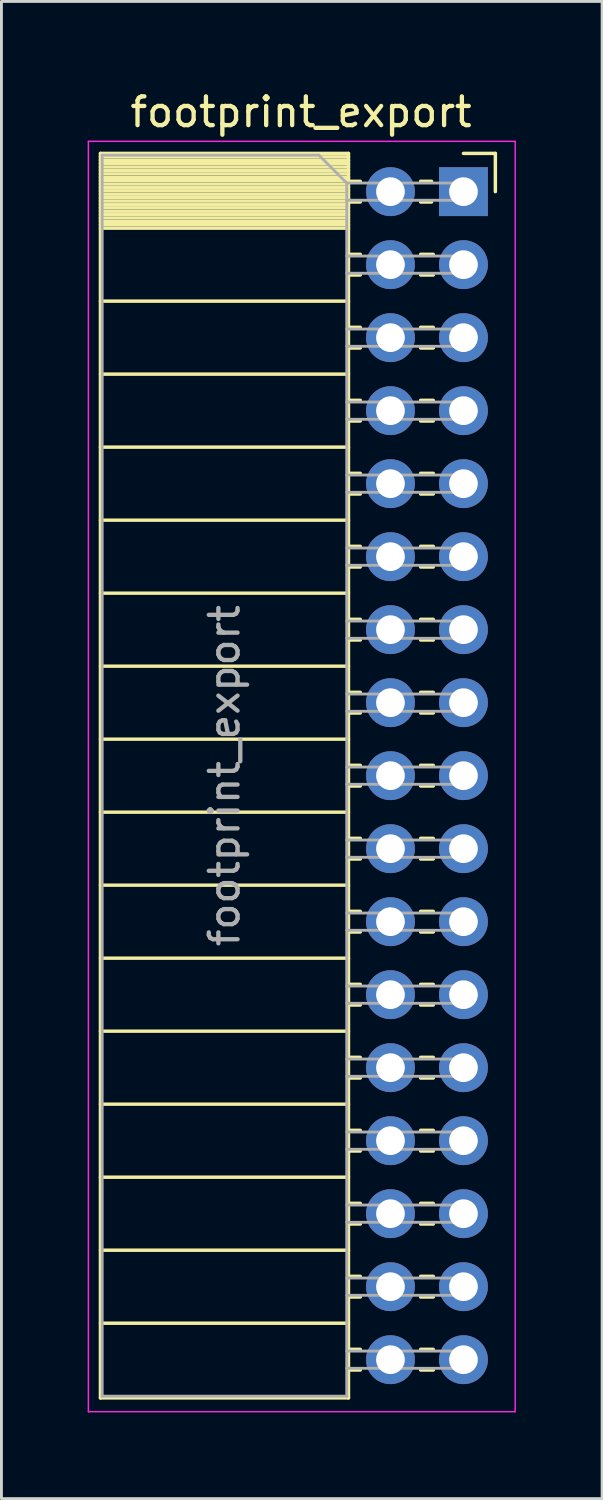
<source format=kicad_pcb>
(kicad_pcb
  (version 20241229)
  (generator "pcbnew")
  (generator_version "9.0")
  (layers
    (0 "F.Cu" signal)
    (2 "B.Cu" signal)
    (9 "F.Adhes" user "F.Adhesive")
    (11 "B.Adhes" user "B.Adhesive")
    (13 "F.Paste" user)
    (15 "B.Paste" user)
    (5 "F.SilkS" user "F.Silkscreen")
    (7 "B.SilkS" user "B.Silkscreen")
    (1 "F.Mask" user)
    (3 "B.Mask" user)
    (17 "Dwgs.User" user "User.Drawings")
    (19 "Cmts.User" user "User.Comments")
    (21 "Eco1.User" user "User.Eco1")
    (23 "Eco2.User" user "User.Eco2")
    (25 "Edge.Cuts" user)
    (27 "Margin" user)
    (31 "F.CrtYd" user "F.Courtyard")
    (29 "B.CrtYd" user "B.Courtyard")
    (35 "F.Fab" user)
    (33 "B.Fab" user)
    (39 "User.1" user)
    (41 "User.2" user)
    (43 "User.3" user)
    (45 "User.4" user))
  (footprint "footprint_export"
    (layer "F.Cu")
    (at 13.075 3.618)
    (property "Reference" "footprint_export" (at -5.65 -2.77 0) (layer "F.SilkS") (effects (font (size 1 1) (thickness 0.15))))
    (attr through_hole)
    (fp_line (start -12.63 -1.33) (end -12.63 41.97) (stroke (width 0.12) (type solid)) (layer "F.SilkS"))
    (fp_line (start -12.63 -1.33) (end -4 -1.33) (stroke (width 0.12) (type solid)) (layer "F.SilkS"))
    (fp_line (start -12.63 -1.21) (end -4 -1.21) (stroke (width 0.12) (type solid)) (layer "F.SilkS"))
    (fp_line (start -12.63 -1.092) (end -4 -1.092) (stroke (width 0.12) (type solid)) (layer "F.SilkS"))
    (fp_line (start -12.63 -0.974) (end -4 -0.974) (stroke (width 0.12) (type solid)) (layer "F.SilkS"))
    (fp_line (start -12.63 -0.856) (end -4 -0.856) (stroke (width 0.12) (type solid)) (layer "F.SilkS"))
    (fp_line (start -12.63 -0.738) (end -4 -0.738) (stroke (width 0.12) (type solid)) (layer "F.SilkS"))
    (fp_line (start -12.63 -0.62) (end -4 -0.62) (stroke (width 0.12) (type solid)) (layer "F.SilkS"))
    (fp_line (start -12.63 -0.501) (end -4 -0.501) (stroke (width 0.12) (type solid)) (layer "F.SilkS"))
    (fp_line (start -12.63 -0.383) (end -4 -0.383) (stroke (width 0.12) (type solid)) (layer "F.SilkS"))
    (fp_line (start -12.63 -0.265) (end -4 -0.265) (stroke (width 0.12) (type solid)) (layer "F.SilkS"))
    (fp_line (start -12.63 -0.147) (end -4 -0.147) (stroke (width 0.12) (type solid)) (layer "F.SilkS"))
    (fp_line (start -12.63 -0.029) (end -4 -0.029) (stroke (width 0.12) (type solid)) (layer "F.SilkS"))
    (fp_line (start -12.63 0.089) (end -4 0.089) (stroke (width 0.12) (type solid)) (layer "F.SilkS"))
    (fp_line (start -12.63 0.207) (end -4 0.207) (stroke (width 0.12) (type solid)) (layer "F.SilkS"))
    (fp_line (start -12.63 0.325) (end -4 0.325) (stroke (width 0.12) (type solid)) (layer "F.SilkS"))
    (fp_line (start -12.63 0.443) (end -4 0.443) (stroke (width 0.12) (type solid)) (layer "F.SilkS"))
    (fp_line (start -12.63 0.561) (end -4 0.561) (stroke (width 0.12) (type solid)) (layer "F.SilkS"))
    (fp_line (start -12.63 0.68) (end -4 0.68) (stroke (width 0.12) (type solid)) (layer "F.SilkS"))
    (fp_line (start -12.63 0.798) (end -4 0.798) (stroke (width 0.12) (type solid)) (layer "F.SilkS"))
    (fp_line (start -12.63 0.916) (end -4 0.916) (stroke (width 0.12) (type solid)) (layer "F.SilkS"))
    (fp_line (start -12.63 1.034) (end -4 1.034) (stroke (width 0.12) (type solid)) (layer "F.SilkS"))
    (fp_line (start -12.63 1.152) (end -4 1.152) (stroke (width 0.12) (type solid)) (layer "F.SilkS"))
    (fp_line (start -12.63 1.27) (end -4 1.27) (stroke (width 0.12) (type solid)) (layer "F.SilkS"))
    (fp_line (start -12.63 3.81) (end -4 3.81) (stroke (width 0.12) (type solid)) (layer "F.SilkS"))
    (fp_line (start -12.63 6.35) (end -4 6.35) (stroke (width 0.12) (type solid)) (layer "F.SilkS"))
    (fp_line (start -12.63 8.89) (end -4 8.89) (stroke (width 0.12) (type solid)) (layer "F.SilkS"))
    (fp_line (start -12.63 11.43) (end -4 11.43) (stroke (width 0.12) (type solid)) (layer "F.SilkS"))
    (fp_line (start -12.63 13.97) (end -4 13.97) (stroke (width 0.12) (type solid)) (layer "F.SilkS"))
    (fp_line (start -12.63 16.51) (end -4 16.51) (stroke (width 0.12) (type solid)) (layer "F.SilkS"))
    (fp_line (start -12.63 19.05) (end -4 19.05) (stroke (width 0.12) (type solid)) (layer "F.SilkS"))
    (fp_line (start -12.63 21.59) (end -4 21.59) (stroke (width 0.12) (type solid)) (layer "F.SilkS"))
    (fp_line (start -12.63 24.13) (end -4 24.13) (stroke (width 0.12) (type solid)) (layer "F.SilkS"))
    (fp_line (start -12.63 26.67) (end -4 26.67) (stroke (width 0.12) (type solid)) (layer "F.SilkS"))
    (fp_line (start -12.63 29.21) (end -4 29.21) (stroke (width 0.12) (type solid)) (layer "F.SilkS"))
    (fp_line (start -12.63 31.75) (end -4 31.75) (stroke (width 0.12) (type solid)) (layer "F.SilkS"))
    (fp_line (start -12.63 34.29) (end -4 34.29) (stroke (width 0.12) (type solid)) (layer "F.SilkS"))
    (fp_line (start -12.63 36.83) (end -4 36.83) (stroke (width 0.12) (type solid)) (layer "F.SilkS"))
    (fp_line (start -12.63 39.37) (end -4 39.37) (stroke (width 0.12) (type solid)) (layer "F.SilkS"))
    (fp_line (start -12.63 41.97) (end -4 41.97) (stroke (width 0.12) (type solid)) (layer "F.SilkS"))
    (fp_line (start -4 -1.33) (end -4 41.97) (stroke (width 0.12) (type solid)) (layer "F.SilkS"))
    (fp_line (start -4 -0.36) (end -3.59 -0.36) (stroke (width 0.12) (type solid)) (layer "F.SilkS"))
    (fp_line (start -4 0.36) (end -3.59 0.36) (stroke (width 0.12) (type solid)) (layer "F.SilkS"))
    (fp_line (start -4 2.18) (end -3.59 2.18) (stroke (width 0.12) (type solid)) (layer "F.SilkS"))
    (fp_line (start -4 2.9) (end -3.59 2.9) (stroke (width 0.12) (type solid)) (layer "F.SilkS"))
    (fp_line (start -4 4.72) (end -3.59 4.72) (stroke (width 0.12) (type solid)) (layer "F.SilkS"))
    (fp_line (start -4 5.44) (end -3.59 5.44) (stroke (width 0.12) (type solid)) (layer "F.SilkS"))
    (fp_line (start -4 7.26) (end -3.59 7.26) (stroke (width 0.12) (type solid)) (layer "F.SilkS"))
    (fp_line (start -4 7.98) (end -3.59 7.98) (stroke (width 0.12) (type solid)) (layer "F.SilkS"))
    (fp_line (start -4 9.8) (end -3.59 9.8) (stroke (width 0.12) (type solid)) (layer "F.SilkS"))
    (fp_line (start -4 10.52) (end -3.59 10.52) (stroke (width 0.12) (type solid)) (layer "F.SilkS"))
    (fp_line (start -4 12.34) (end -3.59 12.34) (stroke (width 0.12) (type solid)) (layer "F.SilkS"))
    (fp_line (start -4 13.06) (end -3.59 13.06) (stroke (width 0.12) (type solid)) (layer "F.SilkS"))
    (fp_line (start -4 14.88) (end -3.59 14.88) (stroke (width 0.12) (type solid)) (layer "F.SilkS"))
    (fp_line (start -4 15.6) (end -3.59 15.6) (stroke (width 0.12) (type solid)) (layer "F.SilkS"))
    (fp_line (start -4 17.42) (end -3.59 17.42) (stroke (width 0.12) (type solid)) (layer "F.SilkS"))
    (fp_line (start -4 18.14) (end -3.59 18.14) (stroke (width 0.12) (type solid)) (layer "F.SilkS"))
    (fp_line (start -4 19.96) (end -3.59 19.96) (stroke (width 0.12) (type solid)) (layer "F.SilkS"))
    (fp_line (start -4 20.68) (end -3.59 20.68) (stroke (width 0.12) (type solid)) (layer "F.SilkS"))
    (fp_line (start -4 22.5) (end -3.59 22.5) (stroke (width 0.12) (type solid)) (layer "F.SilkS"))
    (fp_line (start -4 23.22) (end -3.59 23.22) (stroke (width 0.12) (type solid)) (layer "F.SilkS"))
    (fp_line (start -4 25.04) (end -3.59 25.04) (stroke (width 0.12) (type solid)) (layer "F.SilkS"))
    (fp_line (start -4 25.76) (end -3.59 25.76) (stroke (width 0.12) (type solid)) (layer "F.SilkS"))
    (fp_line (start -4 27.58) (end -3.59 27.58) (stroke (width 0.12) (type solid)) (layer "F.SilkS"))
    (fp_line (start -4 28.3) (end -3.59 28.3) (stroke (width 0.12) (type solid)) (layer "F.SilkS"))
    (fp_line (start -4 30.12) (end -3.59 30.12) (stroke (width 0.12) (type solid)) (layer "F.SilkS"))
    (fp_line (start -4 30.84) (end -3.59 30.84) (stroke (width 0.12) (type solid)) (layer "F.SilkS"))
    (fp_line (start -4 32.66) (end -3.59 32.66) (stroke (width 0.12) (type solid)) (layer "F.SilkS"))
    (fp_line (start -4 33.38) (end -3.59 33.38) (stroke (width 0.12) (type solid)) (layer "F.SilkS"))
    (fp_line (start -4 35.2) (end -3.59 35.2) (stroke (width 0.12) (type solid)) (layer "F.SilkS"))
    (fp_line (start -4 35.92) (end -3.59 35.92) (stroke (width 0.12) (type solid)) (layer "F.SilkS"))
    (fp_line (start -4 37.74) (end -3.59 37.74) (stroke (width 0.12) (type solid)) (layer "F.SilkS"))
    (fp_line (start -4 38.46) (end -3.59 38.46) (stroke (width 0.12) (type solid)) (layer "F.SilkS"))
    (fp_line (start -4 40.28) (end -3.59 40.28) (stroke (width 0.12) (type solid)) (layer "F.SilkS"))
    (fp_line (start -4 41) (end -3.59 41) (stroke (width 0.12) (type solid)) (layer "F.SilkS"))
    (fp_line (start -1.49 -0.36) (end -1.11 -0.36) (stroke (width 0.12) (type solid)) (layer "F.SilkS"))
    (fp_line (start -1.49 0.36) (end -1.11 0.36) (stroke (width 0.12) (type solid)) (layer "F.SilkS"))
    (fp_line (start -1.49 2.18) (end -1.05 2.18) (stroke (width 0.12) (type solid)) (layer "F.SilkS"))
    (fp_line (start -1.49 2.9) (end -1.05 2.9) (stroke (width 0.12) (type solid)) (layer "F.SilkS"))
    (fp_line (start -1.49 4.72) (end -1.05 4.72) (stroke (width 0.12) (type solid)) (layer "F.SilkS"))
    (fp_line (start -1.49 5.44) (end -1.05 5.44) (stroke (width 0.12) (type solid)) (layer "F.SilkS"))
    (fp_line (start -1.49 7.26) (end -1.05 7.26) (stroke (width 0.12) (type solid)) (layer "F.SilkS"))
    (fp_line (start -1.49 7.98) (end -1.05 7.98) (stroke (width 0.12) (type solid)) (layer "F.SilkS"))
    (fp_line (start -1.49 9.8) (end -1.05 9.8) (stroke (width 0.12) (type solid)) (layer "F.SilkS"))
    (fp_line (start -1.49 10.52) (end -1.05 10.52) (stroke (width 0.12) (type solid)) (layer "F.SilkS"))
    (fp_line (start -1.49 12.34) (end -1.05 12.34) (stroke (width 0.12) (type solid)) (layer "F.SilkS"))
    (fp_line (start -1.49 13.06) (end -1.05 13.06) (stroke (width 0.12) (type solid)) (layer "F.SilkS"))
    (fp_line (start -1.49 14.88) (end -1.05 14.88) (stroke (width 0.12) (type solid)) (layer "F.SilkS"))
    (fp_line (start -1.49 15.6) (end -1.05 15.6) (stroke (width 0.12) (type solid)) (layer "F.SilkS"))
    (fp_line (start -1.49 17.42) (end -1.05 17.42) (stroke (width 0.12) (type solid)) (layer "F.SilkS"))
    (fp_line (start -1.49 18.14) (end -1.05 18.14) (stroke (width 0.12) (type solid)) (layer "F.SilkS"))
    (fp_line (start -1.49 19.96) (end -1.05 19.96) (stroke (width 0.12) (type solid)) (layer "F.SilkS"))
    (fp_line (start -1.49 20.68) (end -1.05 20.68) (stroke (width 0.12) (type solid)) (layer "F.SilkS"))
    (fp_line (start -1.49 22.5) (end -1.05 22.5) (stroke (width 0.12) (type solid)) (layer "F.SilkS"))
    (fp_line (start -1.49 23.22) (end -1.05 23.22) (stroke (width 0.12) (type solid)) (layer "F.SilkS"))
    (fp_line (start -1.49 25.04) (end -1.05 25.04) (stroke (width 0.12) (type solid)) (layer "F.SilkS"))
    (fp_line (start -1.49 25.76) (end -1.05 25.76) (stroke (width 0.12) (type solid)) (layer "F.SilkS"))
    (fp_line (start -1.49 27.58) (end -1.05 27.58) (stroke (width 0.12) (type solid)) (layer "F.SilkS"))
    (fp_line (start -1.49 28.3) (end -1.05 28.3) (stroke (width 0.12) (type solid)) (layer "F.SilkS"))
    (fp_line (start -1.49 30.12) (end -1.05 30.12) (stroke (width 0.12) (type solid)) (layer "F.SilkS"))
    (fp_line (start -1.49 30.84) (end -1.05 30.84) (stroke (width 0.12) (type solid)) (layer "F.SilkS"))
    (fp_line (start -1.49 32.66) (end -1.05 32.66) (stroke (width 0.12) (type solid)) (layer "F.SilkS"))
    (fp_line (start -1.49 33.38) (end -1.05 33.38) (stroke (width 0.12) (type solid)) (layer "F.SilkS"))
    (fp_line (start -1.49 35.2) (end -1.05 35.2) (stroke (width 0.12) (type solid)) (layer "F.SilkS"))
    (fp_line (start -1.49 35.92) (end -1.05 35.92) (stroke (width 0.12) (type solid)) (layer "F.SilkS"))
    (fp_line (start -1.49 37.74) (end -1.05 37.74) (stroke (width 0.12) (type solid)) (layer "F.SilkS"))
    (fp_line (start -1.49 38.46) (end -1.05 38.46) (stroke (width 0.12) (type solid)) (layer "F.SilkS"))
    (fp_line (start -1.49 40.28) (end -1.05 40.28) (stroke (width 0.12) (type solid)) (layer "F.SilkS"))
    (fp_line (start -1.49 41) (end -1.05 41) (stroke (width 0.12) (type solid)) (layer "F.SilkS"))
    (fp_line (start 0 -1.33) (end 1.11 -1.33) (stroke (width 0.12) (type solid)) (layer "F.SilkS"))
    (fp_line (start 1.11 -1.33) (end 1.11 0) (stroke (width 0.12) (type solid)) (layer "F.SilkS"))
    (fp_line (start -13.05 -1.75) (end -13.05 42.45) (stroke (width 0.05) (type solid)) (layer "F.CrtYd"))
    (fp_line (start -13.05 42.45) (end 1.8 42.45) (stroke (width 0.05) (type solid)) (layer "F.CrtYd"))
    (fp_line (start 1.8 -1.75) (end -13.05 -1.75) (stroke (width 0.05) (type solid)) (layer "F.CrtYd"))
    (fp_line (start 1.8 42.45) (end 1.8 -1.75) (stroke (width 0.05) (type solid)) (layer "F.CrtYd"))
    (fp_line (start -12.57 -1.27) (end -5.03 -1.27) (stroke (width 0.1) (type solid)) (layer "F.Fab"))
    (fp_line (start -12.57 41.91) (end -12.57 -1.27) (stroke (width 0.1) (type solid)) (layer "F.Fab"))
    (fp_line (start -5.03 -1.27) (end -4.06 -0.3) (stroke (width 0.1) (type solid)) (layer "F.Fab"))
    (fp_line (start -4.06 -0.3) (end -4.06 41.91) (stroke (width 0.1) (type solid)) (layer "F.Fab"))
    (fp_line (start -4.06 0.3) (end 0 0.3) (stroke (width 0.1) (type solid)) (layer "F.Fab"))
    (fp_line (start -4.06 2.84) (end 0 2.84) (stroke (width 0.1) (type solid)) (layer "F.Fab"))
    (fp_line (start -4.06 5.38) (end 0 5.38) (stroke (width 0.1) (type solid)) (layer "F.Fab"))
    (fp_line (start -4.06 7.92) (end 0 7.92) (stroke (width 0.1) (type solid)) (layer "F.Fab"))
    (fp_line (start -4.06 10.46) (end 0 10.46) (stroke (width 0.1) (type solid)) (layer "F.Fab"))
    (fp_line (start -4.06 13) (end 0 13) (stroke (width 0.1) (type solid)) (layer "F.Fab"))
    (fp_line (start -4.06 15.54) (end 0 15.54) (stroke (width 0.1) (type solid)) (layer "F.Fab"))
    (fp_line (start -4.06 18.08) (end 0 18.08) (stroke (width 0.1) (type solid)) (layer "F.Fab"))
    (fp_line (start -4.06 20.62) (end 0 20.62) (stroke (width 0.1) (type solid)) (layer "F.Fab"))
    (fp_line (start -4.06 23.16) (end 0 23.16) (stroke (width 0.1) (type solid)) (layer "F.Fab"))
    (fp_line (start -4.06 25.7) (end 0 25.7) (stroke (width 0.1) (type solid)) (layer "F.Fab"))
    (fp_line (start -4.06 28.24) (end 0 28.24) (stroke (width 0.1) (type solid)) (layer "F.Fab"))
    (fp_line (start -4.06 30.78) (end 0 30.78) (stroke (width 0.1) (type solid)) (layer "F.Fab"))
    (fp_line (start -4.06 33.32) (end 0 33.32) (stroke (width 0.1) (type solid)) (layer "F.Fab"))
    (fp_line (start -4.06 35.86) (end 0 35.86) (stroke (width 0.1) (type solid)) (layer "F.Fab"))
    (fp_line (start -4.06 38.4) (end 0 38.4) (stroke (width 0.1) (type solid)) (layer "F.Fab"))
    (fp_line (start -4.06 40.94) (end 0 40.94) (stroke (width 0.1) (type solid)) (layer "F.Fab"))
    (fp_line (start -4.06 41.91) (end -12.57 41.91) (stroke (width 0.1) (type solid)) (layer "F.Fab"))
    (fp_line (start 0 -0.3) (end -4.06 -0.3) (stroke (width 0.1) (type solid)) (layer "F.Fab"))
    (fp_line (start 0 0.3) (end 0 -0.3) (stroke (width 0.1) (type solid)) (layer "F.Fab"))
    (fp_line (start 0 2.24) (end -4.06 2.24) (stroke (width 0.1) (type solid)) (layer "F.Fab"))
    (fp_line (start 0 2.84) (end 0 2.24) (stroke (width 0.1) (type solid)) (layer "F.Fab"))
    (fp_line (start 0 4.78) (end -4.06 4.78) (stroke (width 0.1) (type solid)) (layer "F.Fab"))
    (fp_line (start 0 5.38) (end 0 4.78) (stroke (width 0.1) (type solid)) (layer "F.Fab"))
    (fp_line (start 0 7.32) (end -4.06 7.32) (stroke (width 0.1) (type solid)) (layer "F.Fab"))
    (fp_line (start 0 7.92) (end 0 7.32) (stroke (width 0.1) (type solid)) (layer "F.Fab"))
    (fp_line (start 0 9.86) (end -4.06 9.86) (stroke (width 0.1) (type solid)) (layer "F.Fab"))
    (fp_line (start 0 10.46) (end 0 9.86) (stroke (width 0.1) (type solid)) (layer "F.Fab"))
    (fp_line (start 0 12.4) (end -4.06 12.4) (stroke (width 0.1) (type solid)) (layer "F.Fab"))
    (fp_line (start 0 13) (end 0 12.4) (stroke (width 0.1) (type solid)) (layer "F.Fab"))
    (fp_line (start 0 14.94) (end -4.06 14.94) (stroke (width 0.1) (type solid)) (layer "F.Fab"))
    (fp_line (start 0 15.54) (end 0 14.94) (stroke (width 0.1) (type solid)) (layer "F.Fab"))
    (fp_line (start 0 17.48) (end -4.06 17.48) (stroke (width 0.1) (type solid)) (layer "F.Fab"))
    (fp_line (start 0 18.08) (end 0 17.48) (stroke (width 0.1) (type solid)) (layer "F.Fab"))
    (fp_line (start 0 20.02) (end -4.06 20.02) (stroke (width 0.1) (type solid)) (layer "F.Fab"))
    (fp_line (start 0 20.62) (end 0 20.02) (stroke (width 0.1) (type solid)) (layer "F.Fab"))
    (fp_line (start 0 22.56) (end -4.06 22.56) (stroke (width 0.1) (type solid)) (layer "F.Fab"))
    (fp_line (start 0 23.16) (end 0 22.56) (stroke (width 0.1) (type solid)) (layer "F.Fab"))
    (fp_line (start 0 25.1) (end -4.06 25.1) (stroke (width 0.1) (type solid)) (layer "F.Fab"))
    (fp_line (start 0 25.7) (end 0 25.1) (stroke (width 0.1) (type solid)) (layer "F.Fab"))
    (fp_line (start 0 27.64) (end -4.06 27.64) (stroke (width 0.1) (type solid)) (layer "F.Fab"))
    (fp_line (start 0 28.24) (end 0 27.64) (stroke (width 0.1) (type solid)) (layer "F.Fab"))
    (fp_line (start 0 30.18) (end -4.06 30.18) (stroke (width 0.1) (type solid)) (layer "F.Fab"))
    (fp_line (start 0 30.78) (end 0 30.18) (stroke (width 0.1) (type solid)) (layer "F.Fab"))
    (fp_line (start 0 32.72) (end -4.06 32.72) (stroke (width 0.1) (type solid)) (layer "F.Fab"))
    (fp_line (start 0 33.32) (end 0 32.72) (stroke (width 0.1) (type solid)) (layer "F.Fab"))
    (fp_line (start 0 35.26) (end -4.06 35.26) (stroke (width 0.1) (type solid)) (layer "F.Fab"))
    (fp_line (start 0 35.86) (end 0 35.26) (stroke (width 0.1) (type solid)) (layer "F.Fab"))
    (fp_line (start 0 37.8) (end -4.06 37.8) (stroke (width 0.1) (type solid)) (layer "F.Fab"))
    (fp_line (start 0 38.4) (end 0 37.8) (stroke (width 0.1) (type solid)) (layer "F.Fab"))
    (fp_line (start 0 40.34) (end -4.06 40.34) (stroke (width 0.1) (type solid)) (layer "F.Fab"))
    (fp_line (start 0 40.94) (end 0 40.34) (stroke (width 0.1) (type solid)) (layer "F.Fab"))
    (fp_text user "${REFERENCE}" (at -8.315 20.32 90) (layer "F.Fab") (effects (font (size 1 1) (thickness 0.15))))
    (pad "1" thru_hole rect (at 0 0) (size 1.7 1.7) (drill 1) (layers "*.Cu" "*.Mask"))
    (pad "2" thru_hole oval (at -2.54 0) (size 1.7 1.7) (drill 1) (layers "*.Cu" "*.Mask"))
    (pad "3" thru_hole oval (at 0 2.54) (size 1.7 1.7) (drill 1) (layers "*.Cu" "*.Mask"))
    (pad "4" thru_hole oval (at -2.54 2.54) (size 1.7 1.7) (drill 1) (layers "*.Cu" "*.Mask"))
    (pad "5" thru_hole oval (at 0 5.08) (size 1.7 1.7) (drill 1) (layers "*.Cu" "*.Mask"))
    (pad "6" thru_hole oval (at -2.54 5.08) (size 1.7 1.7) (drill 1) (layers "*.Cu" "*.Mask"))
    (pad "7" thru_hole oval (at 0 7.62) (size 1.7 1.7) (drill 1) (layers "*.Cu" "*.Mask"))
    (pad "8" thru_hole oval (at -2.54 7.62) (size 1.7 1.7) (drill 1) (layers "*.Cu" "*.Mask"))
    (pad "9" thru_hole oval (at 0 10.16) (size 1.7 1.7) (drill 1) (layers "*.Cu" "*.Mask"))
    (pad "10" thru_hole oval (at -2.54 10.16) (size 1.7 1.7) (drill 1) (layers "*.Cu" "*.Mask"))
    (pad "11" thru_hole oval (at 0 12.7) (size 1.7 1.7) (drill 1) (layers "*.Cu" "*.Mask"))
    (pad "12" thru_hole oval (at -2.54 12.7) (size 1.7 1.7) (drill 1) (layers "*.Cu" "*.Mask"))
    (pad "13" thru_hole oval (at 0 15.24) (size 1.7 1.7) (drill 1) (layers "*.Cu" "*.Mask"))
    (pad "14" thru_hole oval (at -2.54 15.24) (size 1.7 1.7) (drill 1) (layers "*.Cu" "*.Mask"))
    (pad "15" thru_hole oval (at 0 17.78) (size 1.7 1.7) (drill 1) (layers "*.Cu" "*.Mask"))
    (pad "16" thru_hole oval (at -2.54 17.78) (size 1.7 1.7) (drill 1) (layers "*.Cu" "*.Mask"))
    (pad "17" thru_hole oval (at 0 20.32) (size 1.7 1.7) (drill 1) (layers "*.Cu" "*.Mask"))
    (pad "18" thru_hole oval (at -2.54 20.32) (size 1.7 1.7) (drill 1) (layers "*.Cu" "*.Mask"))
    (pad "19" thru_hole oval (at 0 22.86) (size 1.7 1.7) (drill 1) (layers "*.Cu" "*.Mask"))
    (pad "20" thru_hole oval (at -2.54 22.86) (size 1.7 1.7) (drill 1) (layers "*.Cu" "*.Mask"))
    (pad "21" thru_hole oval (at 0 25.4) (size 1.7 1.7) (drill 1) (layers "*.Cu" "*.Mask"))
    (pad "22" thru_hole oval (at -2.54 25.4) (size 1.7 1.7) (drill 1) (layers "*.Cu" "*.Mask"))
    (pad "23" thru_hole oval (at 0 27.94) (size 1.7 1.7) (drill 1) (layers "*.Cu" "*.Mask"))
    (pad "24" thru_hole oval (at -2.54 27.94) (size 1.7 1.7) (drill 1) (layers "*.Cu" "*.Mask"))
    (pad "25" thru_hole oval (at 0 30.48) (size 1.7 1.7) (drill 1) (layers "*.Cu" "*.Mask"))
    (pad "26" thru_hole oval (at -2.54 30.48) (size 1.7 1.7) (drill 1) (layers "*.Cu" "*.Mask"))
    (pad "27" thru_hole oval (at 0 33.02) (size 1.7 1.7) (drill 1) (layers "*.Cu" "*.Mask"))
    (pad "28" thru_hole oval (at -2.54 33.02) (size 1.7 1.7) (drill 1) (layers "*.Cu" "*.Mask"))
    (pad "29" thru_hole oval (at 0 35.56) (size 1.7 1.7) (drill 1) (layers "*.Cu" "*.Mask"))
    (pad "30" thru_hole oval (at -2.54 35.56) (size 1.7 1.7) (drill 1) (layers "*.Cu" "*.Mask"))
    (pad "31" thru_hole oval (at 0 38.1) (size 1.7 1.7) (drill 1) (layers "*.Cu" "*.Mask"))
    (pad "32" thru_hole oval (at -2.54 38.1) (size 1.7 1.7) (drill 1) (layers "*.Cu" "*.Mask"))
    (pad "33" thru_hole oval (at 0 40.64) (size 1.7 1.7) (drill 1) (layers "*.Cu" "*.Mask"))
    (pad "34" thru_hole oval (at -2.54 40.64) (size 1.7 1.7) (drill 1) (layers "*.Cu" "*.Mask")))
  (gr_rect
    (start -3 -3)
    (end 17.9 49.093)
    (stroke (width 0.1) (type default))
    (fill no)
    (layer "Edge.Cuts")))
</source>
